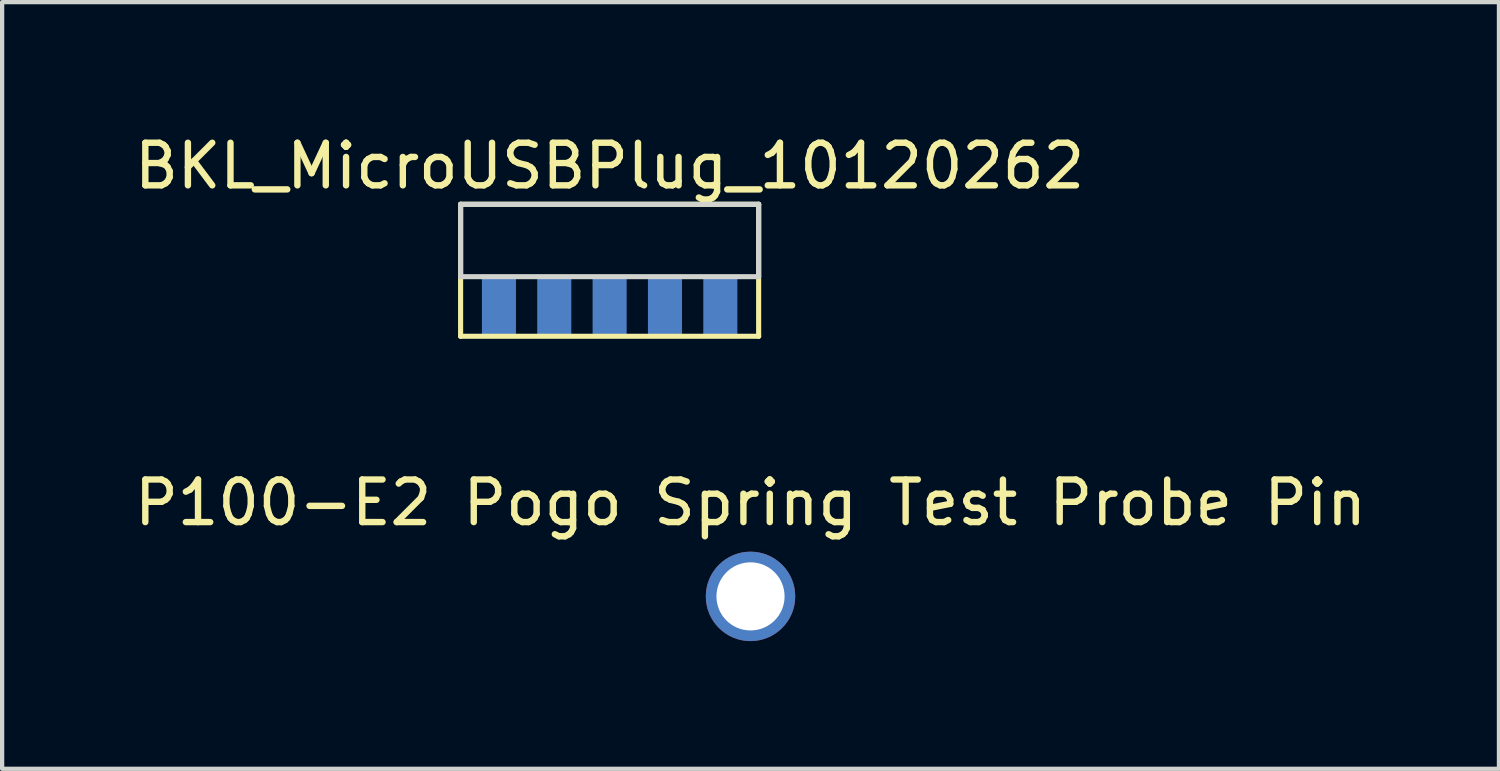
<source format=kicad_pcb>
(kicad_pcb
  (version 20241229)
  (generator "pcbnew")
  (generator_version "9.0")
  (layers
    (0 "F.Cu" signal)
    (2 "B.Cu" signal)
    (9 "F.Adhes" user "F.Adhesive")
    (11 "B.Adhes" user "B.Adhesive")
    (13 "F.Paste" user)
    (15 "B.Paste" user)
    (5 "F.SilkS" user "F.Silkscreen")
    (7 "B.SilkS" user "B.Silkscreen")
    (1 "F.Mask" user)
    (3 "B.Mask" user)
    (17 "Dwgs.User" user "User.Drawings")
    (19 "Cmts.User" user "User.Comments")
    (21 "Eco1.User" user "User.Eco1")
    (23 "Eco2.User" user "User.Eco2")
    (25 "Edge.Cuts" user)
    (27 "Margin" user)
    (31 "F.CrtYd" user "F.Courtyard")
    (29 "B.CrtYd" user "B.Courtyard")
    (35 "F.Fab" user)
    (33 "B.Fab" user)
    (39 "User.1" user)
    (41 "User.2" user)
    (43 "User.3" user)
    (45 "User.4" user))
  (footprint "BKL_MicroUSBPlug_10120262"
    (layer "F.Cu")
    (at 11.268 3.348)
    (property "Reference" "BKL_MicroUSBPlug_10120262" (at 0 -2.5 0) (layer "F.SilkS") (effects (font (size 1 1) (thickness 0.15))))
    (attr through_hole)
    (fp_line (start -3.5 -1.6) (end 3.5 -1.6) (stroke (width 0.12) (type solid)) (layer "F.SilkS"))
    (fp_line (start -3.5 1.5) (end -3.5 -1.6) (stroke (width 0.12) (type solid)) (layer "F.SilkS"))
    (fp_line (start 3.5 -1.6) (end 3.5 1.5) (stroke (width 0.12) (type solid)) (layer "F.SilkS"))
    (fp_line (start 3.5 1.5) (end -3.5 1.5) (stroke (width 0.12) (type solid)) (layer "F.SilkS"))
    (fp_line (start -3.5 -1.6) (end 3.5 -1.6) (stroke (width 0.12) (type solid)) (layer "Edge.Cuts"))
    (fp_line (start -3.5 0.1) (end -3.5 -1.6) (stroke (width 0.12) (type solid)) (layer "Edge.Cuts"))
    (fp_line (start 3.5 -1.6) (end 3.5 0.1) (stroke (width 0.12) (type solid)) (layer "Edge.Cuts"))
    (fp_line (start 3.5 0.1) (end -3.5 0.1) (stroke (width 0.12) (type solid)) (layer "Edge.Cuts"))
    (pad "1" smd rect (at 2.6 0.8) (size 0.8 1.4) (layers "B.Cu" "B.Mask" "B.Paste"))
    (pad "2" smd rect (at 1.3 0.8) (size 0.8 1.4) (layers "B.Cu" "B.Mask" "B.Paste"))
    (pad "3" smd rect (at 0 0.8) (size 0.8 1.4) (layers "B.Cu" "B.Mask" "B.Paste"))
    (pad "4" smd rect (at -1.3 0.8) (size 0.8 1.4) (layers "B.Cu" "B.Mask" "B.Paste"))
    (pad "5" smd rect (at -2.6 0.8) (size 0.8 1.4) (layers "B.Cu" "B.Mask" "B.Paste")))
  (footprint "P100-E2 Pogo Spring Test Probe Pin"
    (layer "F.Cu")
    (at 14.577 10.957)
    (property "Reference" "P100-E2 Pogo Spring Test Probe Pin" (at 0 -2.2 0) (layer "F.SilkS") (effects (font (size 1 1) (thickness 0.15))))
    (attr through_hole)
    (pad "1" thru_hole circle (at 0 0) (size 2.1 2.1) (drill 1.6) (layers "*.Cu" "*.Mask")))
  (gr_rect
    (start -3 -3)
    (end 32.155 15.007)
    (stroke (width 0.1) (type default))
    (fill no)
    (layer "Edge.Cuts")))
</source>
